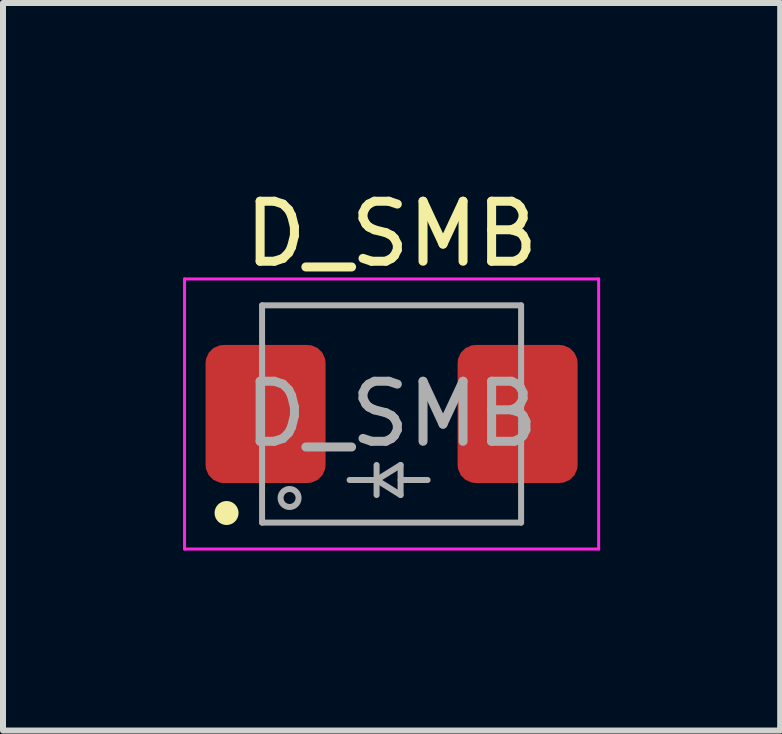
<source format=kicad_pcb>
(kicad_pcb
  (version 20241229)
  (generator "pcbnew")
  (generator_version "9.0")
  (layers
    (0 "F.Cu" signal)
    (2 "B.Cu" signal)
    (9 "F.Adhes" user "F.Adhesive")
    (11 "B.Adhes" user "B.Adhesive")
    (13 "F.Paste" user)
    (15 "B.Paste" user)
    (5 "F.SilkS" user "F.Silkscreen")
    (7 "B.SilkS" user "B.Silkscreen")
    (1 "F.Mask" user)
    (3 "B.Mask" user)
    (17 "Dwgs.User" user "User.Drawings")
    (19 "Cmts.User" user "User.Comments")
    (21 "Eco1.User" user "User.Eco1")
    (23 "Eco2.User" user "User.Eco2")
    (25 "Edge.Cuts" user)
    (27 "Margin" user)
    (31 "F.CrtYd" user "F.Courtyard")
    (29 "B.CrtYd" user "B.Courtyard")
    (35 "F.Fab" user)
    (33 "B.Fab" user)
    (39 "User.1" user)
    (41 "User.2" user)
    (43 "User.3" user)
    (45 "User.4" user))
  (footprint "D_SMB"
    (layer "F.Cu")
    (at 3.475 3.848)
    (property "Reference" "D_SMB" (at 0 -3 0) (layer "F.SilkS") (effects (font (size 1 1) (thickness 0.15))))
    (attr smd)
    (fp_circle (center -2.75 1.65) (end -2.6 1.65) (stroke (width 0.1) (type solid)) (fill yes) (layer "F.SilkS"))
    (fp_line (start -3.45 -2.25) (end 3.45 -2.25) (stroke (width 0.05) (type solid)) (layer "F.CrtYd"))
    (fp_line (start -3.45 2.25) (end -3.45 -2.25) (stroke (width 0.05) (type solid)) (layer "F.CrtYd"))
    (fp_line (start 3.45 -2.25) (end 3.45 2.25) (stroke (width 0.05) (type solid)) (layer "F.CrtYd"))
    (fp_line (start 3.45 2.25) (end -3.45 2.25) (stroke (width 0.05) (type solid)) (layer "F.CrtYd"))
    (fp_line (start -2.158 1.81) (end -2.158 -1.81) (stroke (width 0.1) (type solid)) (layer "F.Fab"))
    (fp_line (start -0.25 1.1) (end -0.7 1.1) (stroke (width 0.1) (type default)) (layer "F.Fab"))
    (fp_line (start -0.25 1.1) (end 0.15 0.85) (stroke (width 0.1) (type default)) (layer "F.Fab"))
    (fp_line (start -0.25 1.35) (end -0.25 0.85) (stroke (width 0.1) (type default)) (layer "F.Fab"))
    (fp_line (start 0.15 0.85) (end 0.15 1.35) (stroke (width 0.1) (type default)) (layer "F.Fab"))
    (fp_line (start 0.15 1.35) (end -0.25 1.1) (stroke (width 0.1) (type default)) (layer "F.Fab"))
    (fp_line (start 0.6 1.1) (end 0.15 1.1) (stroke (width 0.1) (type default)) (layer "F.Fab"))
    (fp_line (start 2.158 -1.81) (end -2.158 -1.81) (stroke (width 0.1) (type solid)) (layer "F.Fab"))
    (fp_line (start 2.158 -1.81) (end 2.158 1.81) (stroke (width 0.1) (type solid)) (layer "F.Fab"))
    (fp_line (start 2.158 1.81) (end -2.158 1.81) (stroke (width 0.1) (type solid)) (layer "F.Fab"))
    (fp_circle (center -1.7 1.4) (end -1.55 1.4) (stroke (width 0.1) (type solid)) (fill no) (layer "F.Fab"))
    (fp_text user "${REFERENCE}" (at 0 0 0) (layer "F.Fab") (effects (font (size 1 1) (thickness 0.15))))
    (pad "1" smd roundrect (at -2.1 0) (size 2 2.3) (layers "F.Cu" "F.Mask" "F.Paste") (roundrect_rratio 0.15))
    (pad "2" smd roundrect (at 2.1 0) (size 2 2.3) (layers "F.Cu" "F.Mask" "F.Paste") (roundrect_rratio 0.15)))
  (gr_rect
    (start -3 -3)
    (end 9.95 9.123)
    (stroke (width 0.1) (type default))
    (fill no)
    (layer "Edge.Cuts")))
</source>
